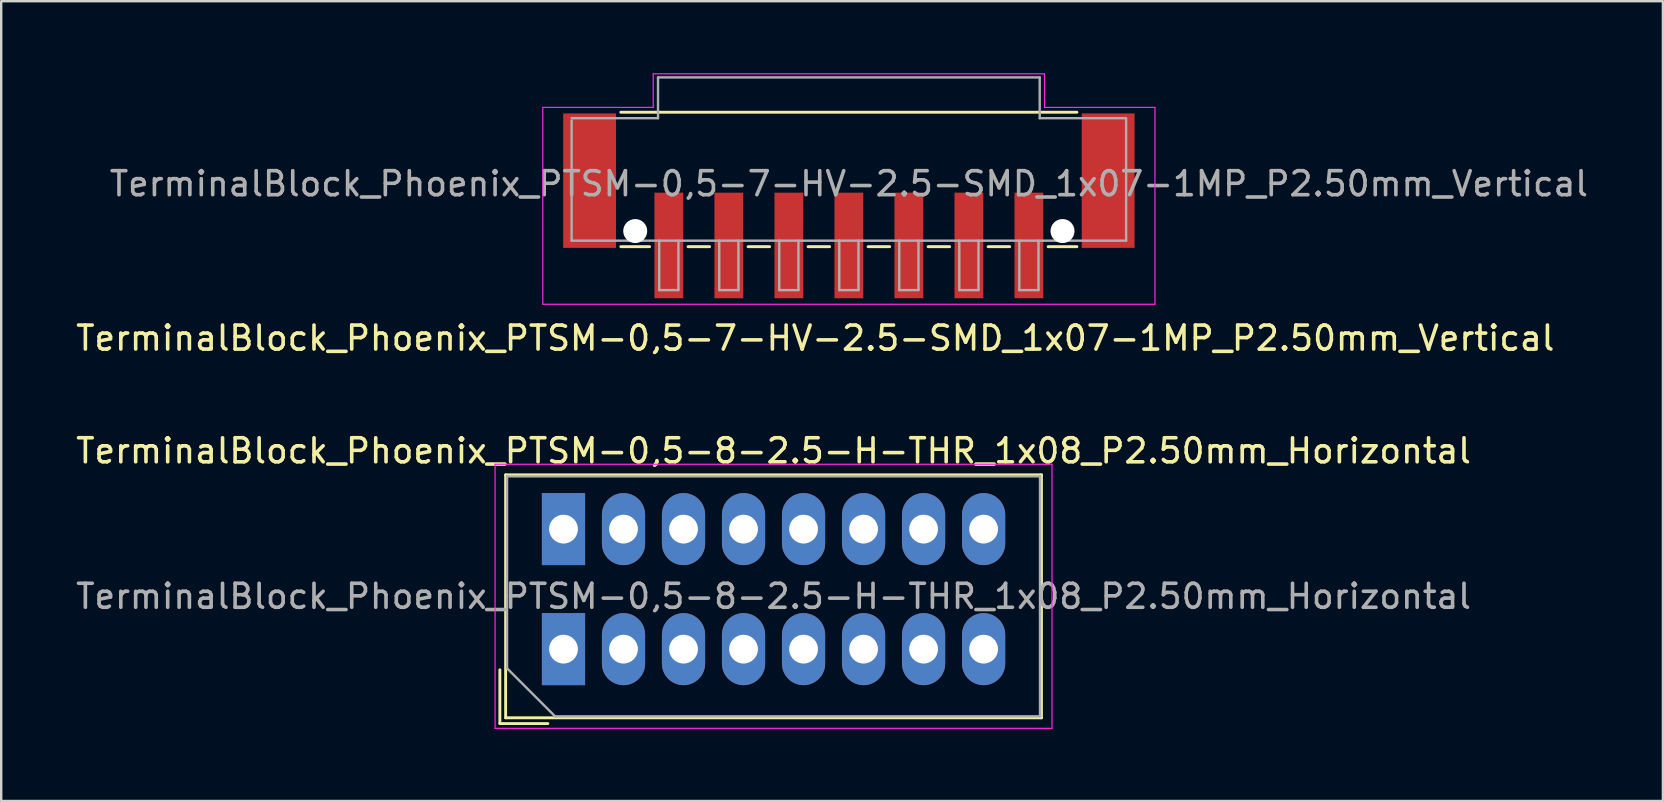
<source format=kicad_pcb>
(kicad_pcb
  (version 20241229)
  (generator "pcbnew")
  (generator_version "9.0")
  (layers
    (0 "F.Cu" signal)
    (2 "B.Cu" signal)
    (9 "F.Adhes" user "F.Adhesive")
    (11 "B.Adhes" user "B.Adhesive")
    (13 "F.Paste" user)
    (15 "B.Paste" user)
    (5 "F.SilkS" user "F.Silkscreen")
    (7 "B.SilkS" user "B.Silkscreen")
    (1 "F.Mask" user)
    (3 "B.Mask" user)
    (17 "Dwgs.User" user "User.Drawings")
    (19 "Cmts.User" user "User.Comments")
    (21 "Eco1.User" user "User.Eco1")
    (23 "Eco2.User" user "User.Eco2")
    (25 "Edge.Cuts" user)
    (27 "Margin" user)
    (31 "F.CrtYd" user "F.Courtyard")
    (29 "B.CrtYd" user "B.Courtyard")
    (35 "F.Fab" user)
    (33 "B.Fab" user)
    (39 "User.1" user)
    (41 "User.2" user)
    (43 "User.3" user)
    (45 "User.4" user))
  (footprint "TerminalBlock_Phoenix_PTSM-0,5-8-2.5-H-THR_1x08_P2.50mm_Horizontal"
    (layer "F.Cu")
    (at 20.423 23.991)
    (property "Reference" "TerminalBlock_Phoenix_PTSM-0,5-8-2.5-H-THR_1x08_P2.50mm_Horizontal" (at 8.75 -8.26 0) (layer "F.SilkS") (effects (font (size 1 1) (thickness 0.15))))
    (attr through_hole)
    (fp_line (start -2.65 0.86) (end -2.65 3.1) (stroke (width 0.12) (type solid)) (layer "F.SilkS"))
    (fp_line (start -2.65 3.1) (end -0.65 3.1) (stroke (width 0.12) (type solid)) (layer "F.SilkS"))
    (fp_line (start -2.41 -7.26) (end -2.41 2.86) (stroke (width 0.12) (type solid)) (layer "F.SilkS"))
    (fp_line (start -2.41 -7.26) (end 19.91 -7.26) (stroke (width 0.12) (type solid)) (layer "F.SilkS"))
    (fp_line (start -2.41 2.86) (end 19.91 2.86) (stroke (width 0.12) (type solid)) (layer "F.SilkS"))
    (fp_line (start 19.91 -7.26) (end 19.91 2.86) (stroke (width 0.12) (type solid)) (layer "F.SilkS"))
    (fp_line (start -2.85 -7.7) (end -2.85 3.3) (stroke (width 0.05) (type solid)) (layer "F.CrtYd"))
    (fp_line (start -2.85 3.3) (end 20.35 3.3) (stroke (width 0.05) (type solid)) (layer "F.CrtYd"))
    (fp_line (start 20.35 -7.7) (end -2.85 -7.7) (stroke (width 0.05) (type solid)) (layer "F.CrtYd"))
    (fp_line (start 20.35 3.3) (end 20.35 -7.7) (stroke (width 0.05) (type solid)) (layer "F.CrtYd"))
    (fp_line (start -2.35 -7.2) (end 19.85 -7.2) (stroke (width 0.1) (type solid)) (layer "F.Fab"))
    (fp_line (start -2.35 0.8) (end -2.35 -7.2) (stroke (width 0.1) (type solid)) (layer "F.Fab"))
    (fp_line (start -0.35 2.8) (end -2.35 0.8) (stroke (width 0.1) (type solid)) (layer "F.Fab"))
    (fp_line (start 19.85 -7.2) (end 19.85 2.8) (stroke (width 0.1) (type solid)) (layer "F.Fab"))
    (fp_line (start 19.85 2.8) (end -0.35 2.8) (stroke (width 0.1) (type solid)) (layer "F.Fab"))
    (fp_text user "${REFERENCE}" (at 8.75 -2.2 0) (layer "F.Fab") (effects (font (size 1 1) (thickness 0.15))))
    (pad "1" thru_hole rect (at 0 -5) (size 1.8 3) (drill 1.2) (layers "*.Cu" "*.Mask"))
    (pad "1" thru_hole rect (at 0 0) (size 1.8 3) (drill 1.2) (layers "*.Cu" "*.Mask"))
    (pad "2" thru_hole oval (at 2.5 -5) (size 1.8 3) (drill 1.2) (layers "*.Cu" "*.Mask"))
    (pad "2" thru_hole oval (at 2.5 0) (size 1.8 3) (drill 1.2) (layers "*.Cu" "*.Mask"))
    (pad "3" thru_hole oval (at 5 -5) (size 1.8 3) (drill 1.2) (layers "*.Cu" "*.Mask"))
    (pad "3" thru_hole oval (at 5 0) (size 1.8 3) (drill 1.2) (layers "*.Cu" "*.Mask"))
    (pad "4" thru_hole oval (at 7.5 -5) (size 1.8 3) (drill 1.2) (layers "*.Cu" "*.Mask"))
    (pad "4" thru_hole oval (at 7.5 0) (size 1.8 3) (drill 1.2) (layers "*.Cu" "*.Mask"))
    (pad "5" thru_hole oval (at 10 -5) (size 1.8 3) (drill 1.2) (layers "*.Cu" "*.Mask"))
    (pad "5" thru_hole oval (at 10 0) (size 1.8 3) (drill 1.2) (layers "*.Cu" "*.Mask"))
    (pad "6" thru_hole oval (at 12.5 -5) (size 1.8 3) (drill 1.2) (layers "*.Cu" "*.Mask"))
    (pad "6" thru_hole oval (at 12.5 0) (size 1.8 3) (drill 1.2) (layers "*.Cu" "*.Mask"))
    (pad "7" thru_hole oval (at 15 -5) (size 1.8 3) (drill 1.2) (layers "*.Cu" "*.Mask"))
    (pad "7" thru_hole oval (at 15 0) (size 1.8 3) (drill 1.2) (layers "*.Cu" "*.Mask"))
    (pad "8" thru_hole oval (at 17.5 -5) (size 1.8 3) (drill 1.2) (layers "*.Cu" "*.Mask"))
    (pad "8" thru_hole oval (at 17.5 0) (size 1.8 3) (drill 1.2) (layers "*.Cu" "*.Mask")))
  (footprint "TerminalBlock_Phoenix_PTSM-0,5-7-HV-2.5-SMD_1x07-1MP_P2.50mm_Vertical"
    (layer "F.Cu")
    (at 32.311 5.525)
    (property "Reference" "TerminalBlock_Phoenix_PTSM-0,5-7-HV-2.5-SMD_1x07-1MP_P2.50mm_Vertical" (at -1.4 5.51 0) (layer "F.SilkS") (effects (font (size 1 1) (thickness 0.15))))
    (attr smd)
    (fp_line (start -9.5 -3.9) (end 9.5 -3.9) (stroke (width 0.12) (type solid)) (layer "F.SilkS"))
    (fp_line (start -8.3 1.7) (end -9.5 1.7) (stroke (width 0.12) (type solid)) (layer "F.SilkS"))
    (fp_line (start -5.8 1.7) (end -6.7 1.7) (stroke (width 0.12) (type solid)) (layer "F.SilkS"))
    (fp_line (start -3.3 1.7) (end -4.2 1.7) (stroke (width 0.12) (type solid)) (layer "F.SilkS"))
    (fp_line (start -0.8 1.7) (end -1.7 1.7) (stroke (width 0.12) (type solid)) (layer "F.SilkS"))
    (fp_line (start 1.7 1.7) (end 0.8 1.7) (stroke (width 0.12) (type solid)) (layer "F.SilkS"))
    (fp_line (start 4.2 1.7) (end 3.3 1.7) (stroke (width 0.12) (type solid)) (layer "F.SilkS"))
    (fp_line (start 6.7 1.7) (end 5.8 1.7) (stroke (width 0.12) (type solid)) (layer "F.SilkS"))
    (fp_line (start 9.5 1.7) (end 8.3 1.7) (stroke (width 0.12) (type solid)) (layer "F.SilkS"))
    (fp_line (start -12.75 -4.1) (end -8.15 -4.1) (stroke (width 0.05) (type solid)) (layer "F.CrtYd"))
    (fp_line (start -12.75 4.1) (end -12.75 -4.1) (stroke (width 0.05) (type solid)) (layer "F.CrtYd"))
    (fp_line (start -8.15 -5.5) (end 8.15 -5.5) (stroke (width 0.05) (type solid)) (layer "F.CrtYd"))
    (fp_line (start -8.15 -4.1) (end -8.15 -5.5) (stroke (width 0.05) (type solid)) (layer "F.CrtYd"))
    (fp_line (start 8.15 -4.1) (end 8.15 -5.5) (stroke (width 0.05) (type solid)) (layer "F.CrtYd"))
    (fp_line (start 12.75 -4.1) (end 8.15 -4.1) (stroke (width 0.05) (type solid)) (layer "F.CrtYd"))
    (fp_line (start 12.75 -4.1) (end 12.75 4.1) (stroke (width 0.05) (type solid)) (layer "F.CrtYd"))
    (fp_line (start 12.75 4.1) (end -12.75 4.1) (stroke (width 0.05) (type solid)) (layer "F.CrtYd"))
    (fp_line (start -11.55 -3.65) (end -7.95 -3.65) (stroke (width 0.1) (type solid)) (layer "F.Fab"))
    (fp_line (start -11.55 1.45) (end -11.55 -3.55) (stroke (width 0.1) (type solid)) (layer "F.Fab"))
    (fp_line (start -7.95 -5.35) (end 7.95 -5.35) (stroke (width 0.1) (type solid)) (layer "F.Fab"))
    (fp_line (start -7.95 -3.65) (end -7.95 -5.35) (stroke (width 0.1) (type solid)) (layer "F.Fab"))
    (fp_line (start -7.9 1.45) (end -7.9 3.51) (stroke (width 0.1) (type solid)) (layer "F.Fab"))
    (fp_line (start -7.9 3.51) (end -7.1 3.51) (stroke (width 0.1) (type solid)) (layer "F.Fab"))
    (fp_line (start -7.1 1.45) (end -7.1 3.51) (stroke (width 0.1) (type solid)) (layer "F.Fab"))
    (fp_line (start -5.4 1.45) (end -5.4 3.51) (stroke (width 0.1) (type solid)) (layer "F.Fab"))
    (fp_line (start -5.4 3.51) (end -4.6 3.51) (stroke (width 0.1) (type solid)) (layer "F.Fab"))
    (fp_line (start -4.6 1.45) (end -4.6 3.51) (stroke (width 0.1) (type solid)) (layer "F.Fab"))
    (fp_line (start -2.9 1.45) (end -2.9 3.51) (stroke (width 0.1) (type solid)) (layer "F.Fab"))
    (fp_line (start -2.9 3.51) (end -2.1 3.51) (stroke (width 0.1) (type solid)) (layer "F.Fab"))
    (fp_line (start -2.1 1.45) (end -2.1 3.51) (stroke (width 0.1) (type solid)) (layer "F.Fab"))
    (fp_line (start -0.4 1.45) (end -0.4 3.51) (stroke (width 0.1) (type solid)) (layer "F.Fab"))
    (fp_line (start -0.4 3.51) (end 0.4 3.51) (stroke (width 0.1) (type solid)) (layer "F.Fab"))
    (fp_line (start 0.4 1.45) (end 0.4 3.51) (stroke (width 0.1) (type solid)) (layer "F.Fab"))
    (fp_line (start 2.1 1.45) (end 2.1 3.51) (stroke (width 0.1) (type solid)) (layer "F.Fab"))
    (fp_line (start 2.1 3.51) (end 2.9 3.51) (stroke (width 0.1) (type solid)) (layer "F.Fab"))
    (fp_line (start 2.9 1.45) (end 2.9 3.51) (stroke (width 0.1) (type solid)) (layer "F.Fab"))
    (fp_line (start 4.6 1.45) (end 4.6 3.51) (stroke (width 0.1) (type solid)) (layer "F.Fab"))
    (fp_line (start 4.6 3.51) (end 5.4 3.51) (stroke (width 0.1) (type solid)) (layer "F.Fab"))
    (fp_line (start 5.4 1.45) (end 5.4 3.51) (stroke (width 0.1) (type solid)) (layer "F.Fab"))
    (fp_line (start 7.1 1.45) (end 7.1 3.51) (stroke (width 0.1) (type solid)) (layer "F.Fab"))
    (fp_line (start 7.1 3.51) (end 7.9 3.51) (stroke (width 0.1) (type solid)) (layer "F.Fab"))
    (fp_line (start 7.9 1.45) (end 7.9 3.51) (stroke (width 0.1) (type solid)) (layer "F.Fab"))
    (fp_line (start 7.95 -5.35) (end 7.95 -3.65) (stroke (width 0.1) (type solid)) (layer "F.Fab"))
    (fp_line (start 7.95 -3.65) (end 11.55 -3.65) (stroke (width 0.1) (type solid)) (layer "F.Fab"))
    (fp_line (start 11.55 1.45) (end -11.55 1.45) (stroke (width 0.1) (type solid)) (layer "F.Fab"))
    (fp_line (start 11.55 1.45) (end 11.55 -3.6) (stroke (width 0.1) (type solid)) (layer "F.Fab"))
    (fp_text user "${REFERENCE}" (at 0 -0.92 0) (layer "F.Fab") (effects (font (size 1 1) (thickness 0.15))))
    (pad "" np_thru_hole circle (at -8.9 1.05) (size 1 1) (drill 1) (layers "*.Cu" "*.Mask"))
    (pad "" np_thru_hole circle (at 8.9 1.05) (size 1 1) (drill 1) (layers "*.Cu" "*.Mask"))
    (pad "1" smd rect (at -7.5 1.65 180) (size 1.2 4.4) (layers "F.Cu" "F.Mask" "F.Paste"))
    (pad "2" smd rect (at -5 1.65 180) (size 1.2 4.4) (layers "F.Cu" "F.Mask" "F.Paste"))
    (pad "3" smd rect (at -2.5 1.65 180) (size 1.2 4.4) (layers "F.Cu" "F.Mask" "F.Paste"))
    (pad "4" smd rect (at 0 1.65 180) (size 1.2 4.4) (layers "F.Cu" "F.Mask" "F.Paste"))
    (pad "5" smd rect (at 2.5 1.65 180) (size 1.2 4.4) (layers "F.Cu" "F.Mask" "F.Paste"))
    (pad "6" smd rect (at 5 1.65 180) (size 1.2 4.4) (layers "F.Cu" "F.Mask" "F.Paste"))
    (pad "7" smd rect (at 7.5 1.65 180) (size 1.2 4.4) (layers "F.Cu" "F.Mask" "F.Paste"))
    (pad "MP" smd rect (at -10.8 -1.05 180) (size 2.2 5.6) (layers "F.Cu" "F.Mask" "F.Paste"))
    (pad "MP" smd rect (at 10.8 -1.05 180) (size 2.2 5.6) (layers "F.Cu" "F.Mask" "F.Paste")))
  (gr_rect
    (start -3 -3)
    (end 66.221 30.317)
    (stroke (width 0.1) (type default))
    (fill no)
    (layer "Edge.Cuts")))
</source>
